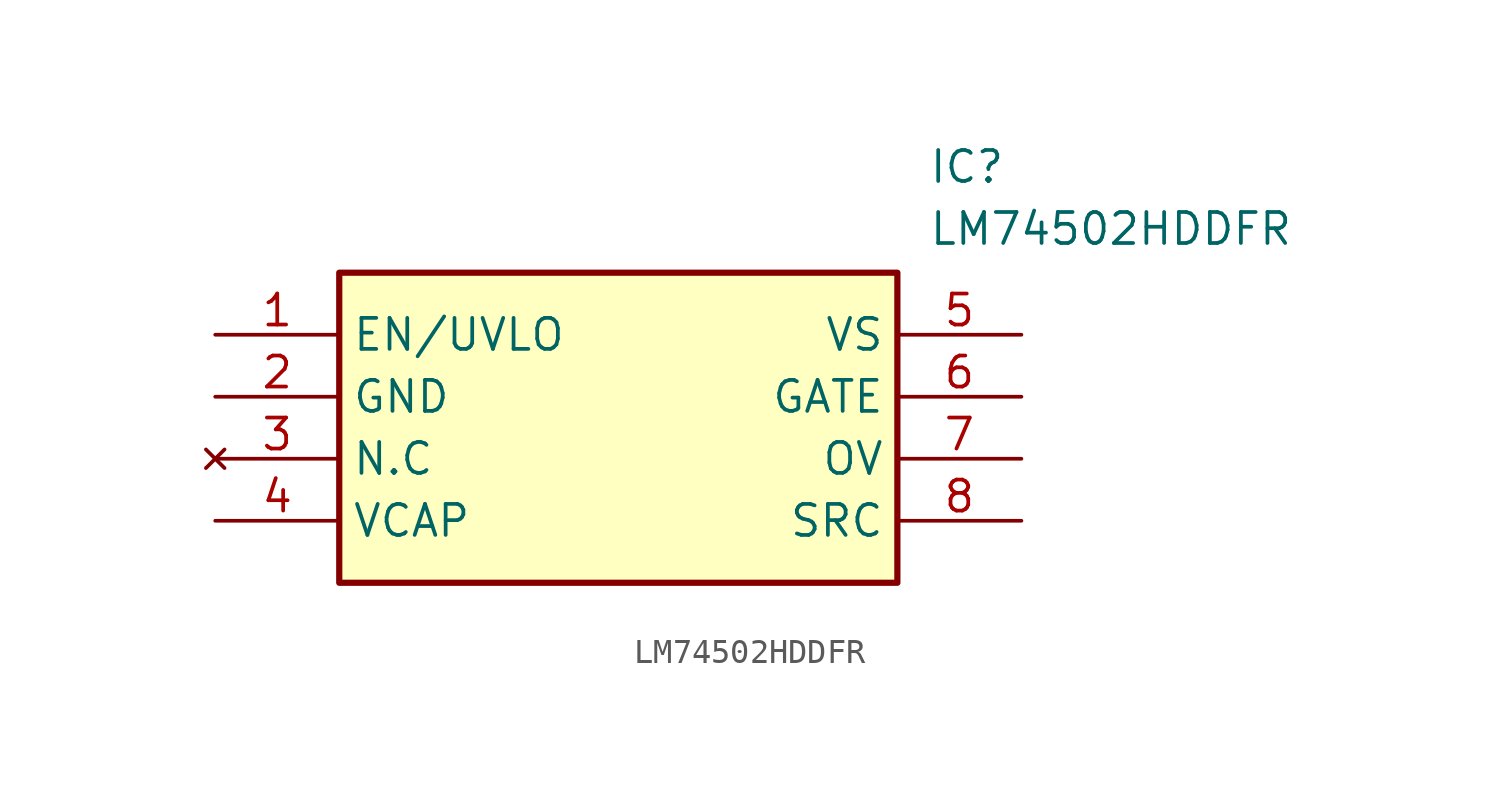
<source format=kicad_sym>
(kicad_symbol_lib
  (version 20211014)
  (generator SamacSys_ECAD_Model)
  (symbol "LM74502HDDFR"
    (property "Reference" "IC"
      (at 29.21 7.62 0)
      (effects (font (size 1.27 1.27)) (justify left top)))
    (property "Value" "LM74502HDDFR"
      (at 29.21 5.08 0)
      (effects (font (size 1.27 1.27)) (justify left top)))
    (rectangle
      (start 5.08 2.54)
      (end 27.94 -10.16)
      (stroke (width 0.254) (type default))
      (fill (type background)))
    (pin passive line
      (at 0 0 0)
      (length 5.08)
      (name "EN/UVLO" (effects (font (size 1.27 1.27))))
      (number "1" (effects (font (size 1.27 1.27)))))
    (pin passive line
      (at 0 -2.54 0)
      (length 5.08)
      (name "GND" (effects (font (size 1.27 1.27))))
      (number "2" (effects (font (size 1.27 1.27)))))
    (pin no_connect line
      (at 0 -5.08 0)
      (length 5.08)
      (name "N.C" (effects (font (size 1.27 1.27))))
      (number "3" (effects (font (size 1.27 1.27)))))
    (pin passive line
      (at 0 -7.62 0)
      (length 5.08)
      (name "VCAP" (effects (font (size 1.27 1.27))))
      (number "4" (effects (font (size 1.27 1.27)))))
    (pin passive line
      (at 33.02 0 180)
      (length 5.08)
      (name "VS" (effects (font (size 1.27 1.27))))
      (number "5" (effects (font (size 1.27 1.27)))))
    (pin passive line
      (at 33.02 -2.54 180)
      (length 5.08)
      (name "GATE" (effects (font (size 1.27 1.27))))
      (number "6" (effects (font (size 1.27 1.27)))))
    (pin passive line
      (at 33.02 -5.08 180)
      (length 5.08)
      (name "OV" (effects (font (size 1.27 1.27))))
      (number "7" (effects (font (size 1.27 1.27)))))
    (pin passive line
      (at 33.02 -7.62 180)
      (length 5.08)
      (name "SRC" (effects (font (size 1.27 1.27))))
      (number "8" (effects (font (size 1.27 1.27)))))))
</source>
